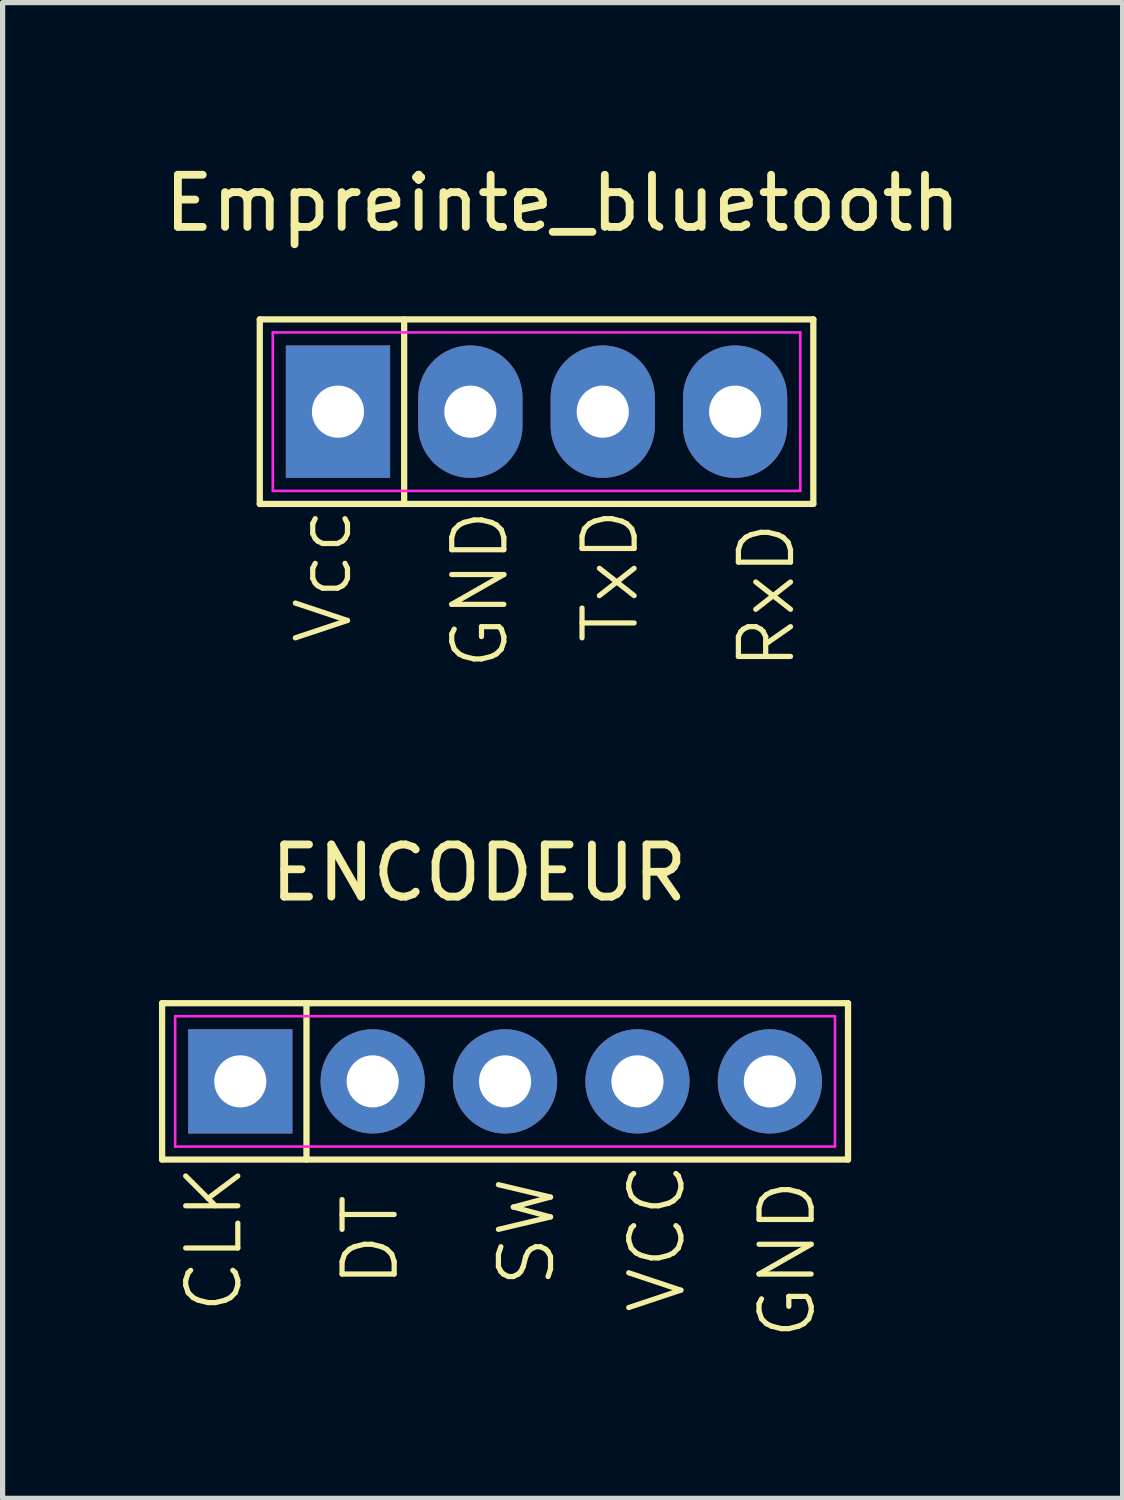
<source format=kicad_pcb>
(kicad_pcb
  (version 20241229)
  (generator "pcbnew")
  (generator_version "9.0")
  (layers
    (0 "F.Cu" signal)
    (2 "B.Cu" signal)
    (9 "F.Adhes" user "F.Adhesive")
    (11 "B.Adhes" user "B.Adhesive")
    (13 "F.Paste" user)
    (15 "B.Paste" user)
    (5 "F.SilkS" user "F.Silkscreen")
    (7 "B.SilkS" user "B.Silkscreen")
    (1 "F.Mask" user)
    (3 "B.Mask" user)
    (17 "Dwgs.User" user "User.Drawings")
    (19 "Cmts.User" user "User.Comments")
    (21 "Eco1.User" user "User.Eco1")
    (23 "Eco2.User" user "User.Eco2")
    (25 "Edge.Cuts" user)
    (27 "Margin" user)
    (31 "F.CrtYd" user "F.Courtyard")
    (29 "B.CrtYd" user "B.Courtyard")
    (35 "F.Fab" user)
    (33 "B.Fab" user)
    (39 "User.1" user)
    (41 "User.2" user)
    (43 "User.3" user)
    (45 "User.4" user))
  (footprint "ENCODEUR"
    (layer "F.Cu")
    (at 6.64 17.697)
    (property "Reference" "ENCODEUR" (at -0.5 -4 0) (layer "F.SilkS") (effects (font (size 1 1) (thickness 0.15))))
    (attr through_hole)
    (fp_line (start -6.58 -1.5) (end 6.58 -1.5) (stroke (width 0.12) (type default)) (layer "F.SilkS"))
    (fp_line (start -6.58 1.5) (end -6.58 -1.5) (stroke (width 0.12) (type default)) (layer "F.SilkS"))
    (fp_line (start -3.81 -1.5) (end -3.81 1.5) (stroke (width 0.12) (type default)) (layer "F.SilkS"))
    (fp_line (start 6.58 -1.5) (end 6.58 1.5) (stroke (width 0.12) (type default)) (layer "F.SilkS"))
    (fp_line (start 6.58 1.5) (end -6.58 1.5) (stroke (width 0.12) (type default)) (layer "F.SilkS"))
    (fp_line (start -6.33 -1.25) (end 6.33 -1.25) (stroke (width 0.05) (type default)) (layer "F.CrtYd"))
    (fp_line (start -6.33 1.25) (end -6.33 -1.25) (stroke (width 0.05) (type default)) (layer "F.CrtYd"))
    (fp_line (start 6.33 -1.25) (end 6.33 1.25) (stroke (width 0.05) (type default)) (layer "F.CrtYd"))
    (fp_line (start 6.33 1.25) (end -6.33 1.25) (stroke (width 0.05) (type default)) (layer "F.CrtYd"))
    (fp_text user "SW" (at 1 4 90) (unlocked yes) (layer "F.SilkS") (effects (font (size 1 1) (thickness 0.1)) (justify left bottom)))
    (fp_text user "VCC" (at 3.5 4.5 90) (unlocked yes) (layer "F.SilkS") (effects (font (size 1 1) (thickness 0.1)) (justify left bottom)))
    (fp_text user "GND" (at 6 5 90) (unlocked yes) (layer "F.SilkS") (effects (font (size 1 1) (thickness 0.1)) (justify left bottom)))
    (fp_text user "DT" (at -2 4 90) (unlocked yes) (layer "F.SilkS") (effects (font (size 1 1) (thickness 0.1)) (justify left bottom)))
    (fp_text user "CLK" (at -5 4.5 90) (unlocked yes) (layer "F.SilkS") (effects (font (size 1 1) (thickness 0.1)) (justify left bottom)))
    (pad "1" thru_hole rect (at -5.08 0) (size 2 2) (drill 1) (layers "*.Cu" "*.Mask"))
    (pad "2" thru_hole circle (at -2.54 0) (size 2 2) (drill 1) (layers "*.Cu" "*.Mask"))
    (pad "3" thru_hole circle (at 0 0) (size 2 2) (drill 1) (layers "*.Cu" "*.Mask"))
    (pad "4" thru_hole circle (at 2.54 0) (size 2 2) (drill 1) (layers "*.Cu" "*.Mask"))
    (pad "5" thru_hole circle (at 5.08 0) (size 2 2) (drill 1) (layers "*.Cu" "*.Mask")))
  (footprint "Empreinte_bluetooth"
    (layer "F.Cu")
    (at 7.244 4.848)
    (property "Reference" "Empreinte_bluetooth" (at 0.5 -4 0) (layer "F.SilkS") (effects (font (size 1 1) (thickness 0.15))))
    (attr through_hole)
    (fp_line (start -5.31 -1.77) (end 5.31 -1.77) (stroke (width 0.12) (type default)) (layer "F.SilkS"))
    (fp_line (start -5.31 1.77) (end -5.31 -1.77) (stroke (width 0.12) (type default)) (layer "F.SilkS"))
    (fp_line (start -2.54 -1.77) (end -2.54 1.77) (stroke (width 0.12) (type default)) (layer "F.SilkS"))
    (fp_line (start 5.31 -1.77) (end 5.31 1.77) (stroke (width 0.12) (type default)) (layer "F.SilkS"))
    (fp_line (start 5.31 1.77) (end -5.31 1.77) (stroke (width 0.12) (type default)) (layer "F.SilkS"))
    (fp_line (start -5.06 -1.52) (end 5.06 -1.52) (stroke (width 0.05) (type default)) (layer "F.CrtYd"))
    (fp_line (start -5.06 1.52) (end -5.06 -1.52) (stroke (width 0.05) (type default)) (layer "F.CrtYd"))
    (fp_line (start 5.06 -1.52) (end 5.06 1.52) (stroke (width 0.05) (type default)) (layer "F.CrtYd"))
    (fp_line (start 5.06 1.52) (end -5.06 1.52) (stroke (width 0.05) (type default)) (layer "F.CrtYd"))
    (fp_text user "TxD" (at 2 4.5 90) (unlocked yes) (layer "F.SilkS") (effects (font (size 1 1) (thickness 0.1)) (justify left bottom)))
    (fp_text user "GND" (at -0.5 5 90) (unlocked yes) (layer "F.SilkS") (effects (font (size 1 1) (thickness 0.1)) (justify left bottom)))
    (fp_text user "RxD" (at 5 5 90) (unlocked yes) (layer "F.SilkS") (effects (font (size 1 1) (thickness 0.1)) (justify left bottom)))
    (fp_text user "Vcc" (at -3.5 4.5 90) (unlocked yes) (layer "F.SilkS") (effects (font (size 1 1) (thickness 0.1)) (justify left bottom)))
    (pad "1" thru_hole rect (at -3.81 0) (size 2 2.54) (drill 1) (layers "*.Cu" "*.Mask"))
    (pad "2" thru_hole oval (at -1.27 0) (size 2 2.54) (drill 1) (layers "*.Cu" "*.Mask"))
    (pad "3" thru_hole oval (at 1.27 0) (size 2 2.54) (drill 1) (layers "*.Cu" "*.Mask"))
    (pad "4" thru_hole oval (at 3.81 0) (size 2 2.54) (drill 1) (layers "*.Cu" "*.Mask")))
  (gr_rect
    (start -3 -3)
    (end 18.488 25.697)
    (stroke (width 0.1) (type default))
    (fill no)
    (layer "Edge.Cuts")))
</source>
